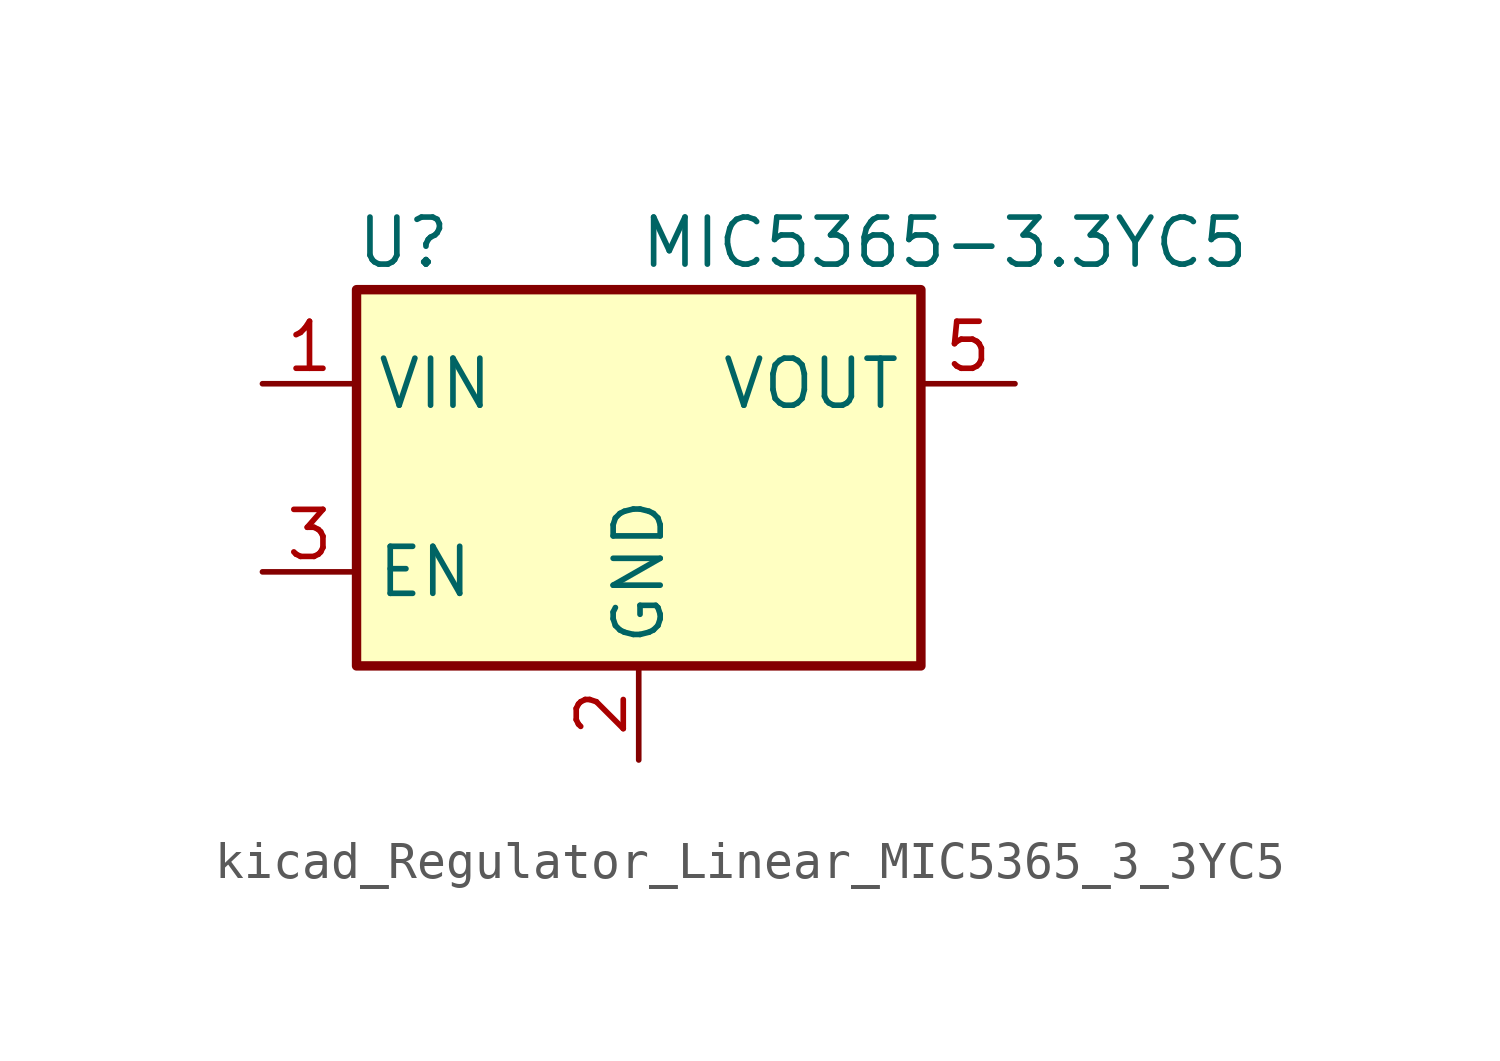
<source format=kicad_sym>
(kicad_symbol_lib
  (version 20220914)
  (generator kicad_symbol_editor)
  (symbol "kicad_Regulator_Linear_MIC5365_3_3YC5"
    (property "Reference" "U"
      (at -6.35 6.35 0)
      (effects (font (size 1.27 1.27))))
    (property "Value" "MIC5365-3.3YC5"
      (at 0 6.35 0)
      (effects (font (size 1.27 1.27)) (justify left)))
    (symbol "kicad_Regulator_Linear_MIC5365_3_3YC5_0_1"
      (rectangle (start -7.62 -5.08) (end 7.62 5.08) (stroke (width 0.254) (type default)) (fill (type background))))
    (symbol "kicad_Regulator_Linear_MIC5365_3_3YC5_1_1"
      (pin power_in line (at -10.16 2.54 0) (length 2.54) (name "VIN" (effects (font (size 1.27 1.27)))) (number "1" (effects (font (size 1.27 1.27)))))
      (pin power_in line (at 0 -7.62 90) (length 2.54) (name "GND" (effects (font (size 1.27 1.27)))) (number "2" (effects (font (size 1.27 1.27)))))
      (pin input line (at -10.16 -2.54 0) (length 2.54) (name "EN" (effects (font (size 1.27 1.27)))) (number "3" (effects (font (size 1.27 1.27)))))
      (pin no_connect line (at 7.62 -2.54 180) (length 2.54) hide (name "NC" (effects (font (size 1.27 1.27)))) (number "4" (effects (font (size 1.27 1.27)))))
      (pin power_out line (at 10.16 2.54 180) (length 2.54) (name "VOUT" (effects (font (size 1.27 1.27)))) (number "5" (effects (font (size 1.27 1.27))))))))
</source>
